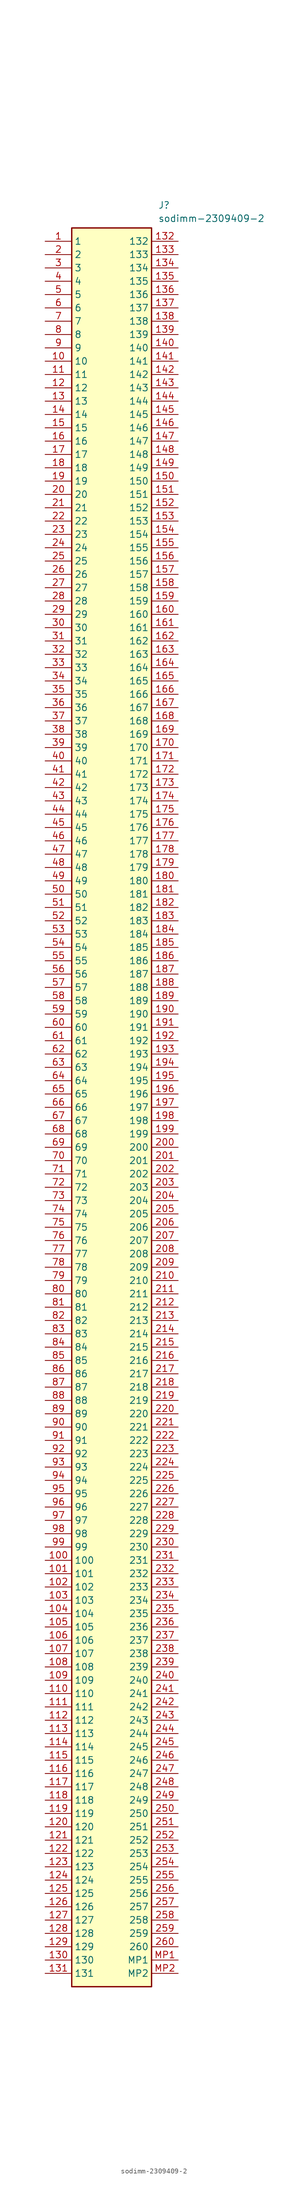
<source format=kicad_sym>
(kicad_symbol_lib
  (version 20231120)
  (generator "kicad_symbol_editor")
  (generator_version "8.0")
  (symbol "sodimm-2309409-2"
    (property "Reference" "J"
      (at 21.59 337.82 0)
      (effects (font (size 1.27 1.27)) (justify left top)))
    (property "Value" "sodimm-2309409-2"
      (at 21.59 335.28 0)
      (effects (font (size 1.27 1.27)) (justify left top)))
    (symbol "sodimm-2309409-2_1_1"
      (rectangle (start 5.08 332.74) (end 20.32 -2.54) (stroke (width 0.254) (type default)) (fill (type background)))
      (pin passive line (at 0 330.2 0) (length 5.08) (name "1" (effects (font (size 1.27 1.27)))) (number "1" (effects (font (size 1.27 1.27)))))
      (pin passive line (at 0 307.34 0) (length 5.08) (name "10" (effects (font (size 1.27 1.27)))) (number "10" (effects (font (size 1.27 1.27)))))
      (pin passive line (at 0 78.74 0) (length 5.08) (name "100" (effects (font (size 1.27 1.27)))) (number "100" (effects (font (size 1.27 1.27)))))
      (pin passive line (at 0 76.2 0) (length 5.08) (name "101" (effects (font (size 1.27 1.27)))) (number "101" (effects (font (size 1.27 1.27)))))
      (pin passive line (at 0 73.66 0) (length 5.08) (name "102" (effects (font (size 1.27 1.27)))) (number "102" (effects (font (size 1.27 1.27)))))
      (pin passive line (at 0 71.12 0) (length 5.08) (name "103" (effects (font (size 1.27 1.27)))) (number "103" (effects (font (size 1.27 1.27)))))
      (pin passive line (at 0 68.58 0) (length 5.08) (name "104" (effects (font (size 1.27 1.27)))) (number "104" (effects (font (size 1.27 1.27)))))
      (pin passive line (at 0 66.04 0) (length 5.08) (name "105" (effects (font (size 1.27 1.27)))) (number "105" (effects (font (size 1.27 1.27)))))
      (pin passive line (at 0 63.5 0) (length 5.08) (name "106" (effects (font (size 1.27 1.27)))) (number "106" (effects (font (size 1.27 1.27)))))
      (pin passive line (at 0 60.96 0) (length 5.08) (name "107" (effects (font (size 1.27 1.27)))) (number "107" (effects (font (size 1.27 1.27)))))
      (pin passive line (at 0 58.42 0) (length 5.08) (name "108" (effects (font (size 1.27 1.27)))) (number "108" (effects (font (size 1.27 1.27)))))
      (pin passive line (at 0 55.88 0) (length 5.08) (name "109" (effects (font (size 1.27 1.27)))) (number "109" (effects (font (size 1.27 1.27)))))
      (pin passive line (at 0 304.8 0) (length 5.08) (name "11" (effects (font (size 1.27 1.27)))) (number "11" (effects (font (size 1.27 1.27)))))
      (pin passive line (at 0 53.34 0) (length 5.08) (name "110" (effects (font (size 1.27 1.27)))) (number "110" (effects (font (size 1.27 1.27)))))
      (pin passive line (at 0 50.8 0) (length 5.08) (name "111" (effects (font (size 1.27 1.27)))) (number "111" (effects (font (size 1.27 1.27)))))
      (pin passive line (at 0 48.26 0) (length 5.08) (name "112" (effects (font (size 1.27 1.27)))) (number "112" (effects (font (size 1.27 1.27)))))
      (pin passive line (at 0 45.72 0) (length 5.08) (name "113" (effects (font (size 1.27 1.27)))) (number "113" (effects (font (size 1.27 1.27)))))
      (pin passive line (at 0 43.18 0) (length 5.08) (name "114" (effects (font (size 1.27 1.27)))) (number "114" (effects (font (size 1.27 1.27)))))
      (pin passive line (at 0 40.64 0) (length 5.08) (name "115" (effects (font (size 1.27 1.27)))) (number "115" (effects (font (size 1.27 1.27)))))
      (pin passive line (at 0 38.1 0) (length 5.08) (name "116" (effects (font (size 1.27 1.27)))) (number "116" (effects (font (size 1.27 1.27)))))
      (pin passive line (at 0 35.56 0) (length 5.08) (name "117" (effects (font (size 1.27 1.27)))) (number "117" (effects (font (size 1.27 1.27)))))
      (pin passive line (at 0 33.02 0) (length 5.08) (name "118" (effects (font (size 1.27 1.27)))) (number "118" (effects (font (size 1.27 1.27)))))
      (pin passive line (at 0 30.48 0) (length 5.08) (name "119" (effects (font (size 1.27 1.27)))) (number "119" (effects (font (size 1.27 1.27)))))
      (pin passive line (at 0 302.26 0) (length 5.08) (name "12" (effects (font (size 1.27 1.27)))) (number "12" (effects (font (size 1.27 1.27)))))
      (pin passive line (at 0 27.94 0) (length 5.08) (name "120" (effects (font (size 1.27 1.27)))) (number "120" (effects (font (size 1.27 1.27)))))
      (pin passive line (at 0 25.4 0) (length 5.08) (name "121" (effects (font (size 1.27 1.27)))) (number "121" (effects (font (size 1.27 1.27)))))
      (pin passive line (at 0 22.86 0) (length 5.08) (name "122" (effects (font (size 1.27 1.27)))) (number "122" (effects (font (size 1.27 1.27)))))
      (pin passive line (at 0 20.32 0) (length 5.08) (name "123" (effects (font (size 1.27 1.27)))) (number "123" (effects (font (size 1.27 1.27)))))
      (pin passive line (at 0 17.78 0) (length 5.08) (name "124" (effects (font (size 1.27 1.27)))) (number "124" (effects (font (size 1.27 1.27)))))
      (pin passive line (at 0 15.24 0) (length 5.08) (name "125" (effects (font (size 1.27 1.27)))) (number "125" (effects (font (size 1.27 1.27)))))
      (pin passive line (at 0 12.7 0) (length 5.08) (name "126" (effects (font (size 1.27 1.27)))) (number "126" (effects (font (size 1.27 1.27)))))
      (pin passive line (at 0 10.16 0) (length 5.08) (name "127" (effects (font (size 1.27 1.27)))) (number "127" (effects (font (size 1.27 1.27)))))
      (pin passive line (at 0 7.62 0) (length 5.08) (name "128" (effects (font (size 1.27 1.27)))) (number "128" (effects (font (size 1.27 1.27)))))
      (pin passive line (at 0 5.08 0) (length 5.08) (name "129" (effects (font (size 1.27 1.27)))) (number "129" (effects (font (size 1.27 1.27)))))
      (pin passive line (at 0 299.72 0) (length 5.08) (name "13" (effects (font (size 1.27 1.27)))) (number "13" (effects (font (size 1.27 1.27)))))
      (pin passive line (at 0 2.54 0) (length 5.08) (name "130" (effects (font (size 1.27 1.27)))) (number "130" (effects (font (size 1.27 1.27)))))
      (pin passive line (at 0 0 0) (length 5.08) (name "131" (effects (font (size 1.27 1.27)))) (number "131" (effects (font (size 1.27 1.27)))))
      (pin passive line (at 25.4 330.2 180) (length 5.08) (name "132" (effects (font (size 1.27 1.27)))) (number "132" (effects (font (size 1.27 1.27)))))
      (pin passive line (at 25.4 327.66 180) (length 5.08) (name "133" (effects (font (size 1.27 1.27)))) (number "133" (effects (font (size 1.27 1.27)))))
      (pin passive line (at 25.4 325.12 180) (length 5.08) (name "134" (effects (font (size 1.27 1.27)))) (number "134" (effects (font (size 1.27 1.27)))))
      (pin passive line (at 25.4 322.58 180) (length 5.08) (name "135" (effects (font (size 1.27 1.27)))) (number "135" (effects (font (size 1.27 1.27)))))
      (pin passive line (at 25.4 320.04 180) (length 5.08) (name "136" (effects (font (size 1.27 1.27)))) (number "136" (effects (font (size 1.27 1.27)))))
      (pin passive line (at 25.4 317.5 180) (length 5.08) (name "137" (effects (font (size 1.27 1.27)))) (number "137" (effects (font (size 1.27 1.27)))))
      (pin passive line (at 25.4 314.96 180) (length 5.08) (name "138" (effects (font (size 1.27 1.27)))) (number "138" (effects (font (size 1.27 1.27)))))
      (pin passive line (at 25.4 312.42 180) (length 5.08) (name "139" (effects (font (size 1.27 1.27)))) (number "139" (effects (font (size 1.27 1.27)))))
      (pin passive line (at 0 297.18 0) (length 5.08) (name "14" (effects (font (size 1.27 1.27)))) (number "14" (effects (font (size 1.27 1.27)))))
      (pin passive line (at 25.4 309.88 180) (length 5.08) (name "140" (effects (font (size 1.27 1.27)))) (number "140" (effects (font (size 1.27 1.27)))))
      (pin passive line (at 25.4 307.34 180) (length 5.08) (name "141" (effects (font (size 1.27 1.27)))) (number "141" (effects (font (size 1.27 1.27)))))
      (pin passive line (at 25.4 304.8 180) (length 5.08) (name "142" (effects (font (size 1.27 1.27)))) (number "142" (effects (font (size 1.27 1.27)))))
      (pin passive line (at 25.4 302.26 180) (length 5.08) (name "143" (effects (font (size 1.27 1.27)))) (number "143" (effects (font (size 1.27 1.27)))))
      (pin passive line (at 25.4 299.72 180) (length 5.08) (name "144" (effects (font (size 1.27 1.27)))) (number "144" (effects (font (size 1.27 1.27)))))
      (pin passive line (at 25.4 297.18 180) (length 5.08) (name "145" (effects (font (size 1.27 1.27)))) (number "145" (effects (font (size 1.27 1.27)))))
      (pin passive line (at 25.4 294.64 180) (length 5.08) (name "146" (effects (font (size 1.27 1.27)))) (number "146" (effects (font (size 1.27 1.27)))))
      (pin passive line (at 25.4 292.1 180) (length 5.08) (name "147" (effects (font (size 1.27 1.27)))) (number "147" (effects (font (size 1.27 1.27)))))
      (pin passive line (at 25.4 289.56 180) (length 5.08) (name "148" (effects (font (size 1.27 1.27)))) (number "148" (effects (font (size 1.27 1.27)))))
      (pin passive line (at 25.4 287.02 180) (length 5.08) (name "149" (effects (font (size 1.27 1.27)))) (number "149" (effects (font (size 1.27 1.27)))))
      (pin passive line (at 0 294.64 0) (length 5.08) (name "15" (effects (font (size 1.27 1.27)))) (number "15" (effects (font (size 1.27 1.27)))))
      (pin passive line (at 25.4 284.48 180) (length 5.08) (name "150" (effects (font (size 1.27 1.27)))) (number "150" (effects (font (size 1.27 1.27)))))
      (pin passive line (at 25.4 281.94 180) (length 5.08) (name "151" (effects (font (size 1.27 1.27)))) (number "151" (effects (font (size 1.27 1.27)))))
      (pin passive line (at 25.4 279.4 180) (length 5.08) (name "152" (effects (font (size 1.27 1.27)))) (number "152" (effects (font (size 1.27 1.27)))))
      (pin passive line (at 25.4 276.86 180) (length 5.08) (name "153" (effects (font (size 1.27 1.27)))) (number "153" (effects (font (size 1.27 1.27)))))
      (pin passive line (at 25.4 274.32 180) (length 5.08) (name "154" (effects (font (size 1.27 1.27)))) (number "154" (effects (font (size 1.27 1.27)))))
      (pin passive line (at 25.4 271.78 180) (length 5.08) (name "155" (effects (font (size 1.27 1.27)))) (number "155" (effects (font (size 1.27 1.27)))))
      (pin passive line (at 25.4 269.24 180) (length 5.08) (name "156" (effects (font (size 1.27 1.27)))) (number "156" (effects (font (size 1.27 1.27)))))
      (pin passive line (at 25.4 266.7 180) (length 5.08) (name "157" (effects (font (size 1.27 1.27)))) (number "157" (effects (font (size 1.27 1.27)))))
      (pin passive line (at 25.4 264.16 180) (length 5.08) (name "158" (effects (font (size 1.27 1.27)))) (number "158" (effects (font (size 1.27 1.27)))))
      (pin passive line (at 25.4 261.62 180) (length 5.08) (name "159" (effects (font (size 1.27 1.27)))) (number "159" (effects (font (size 1.27 1.27)))))
      (pin passive line (at 0 292.1 0) (length 5.08) (name "16" (effects (font (size 1.27 1.27)))) (number "16" (effects (font (size 1.27 1.27)))))
      (pin passive line (at 25.4 259.08 180) (length 5.08) (name "160" (effects (font (size 1.27 1.27)))) (number "160" (effects (font (size 1.27 1.27)))))
      (pin passive line (at 25.4 256.54 180) (length 5.08) (name "161" (effects (font (size 1.27 1.27)))) (number "161" (effects (font (size 1.27 1.27)))))
      (pin passive line (at 25.4 254 180) (length 5.08) (name "162" (effects (font (size 1.27 1.27)))) (number "162" (effects (font (size 1.27 1.27)))))
      (pin passive line (at 25.4 251.46 180) (length 5.08) (name "163" (effects (font (size 1.27 1.27)))) (number "163" (effects (font (size 1.27 1.27)))))
      (pin passive line (at 25.4 248.92 180) (length 5.08) (name "164" (effects (font (size 1.27 1.27)))) (number "164" (effects (font (size 1.27 1.27)))))
      (pin passive line (at 25.4 246.38 180) (length 5.08) (name "165" (effects (font (size 1.27 1.27)))) (number "165" (effects (font (size 1.27 1.27)))))
      (pin passive line (at 25.4 243.84 180) (length 5.08) (name "166" (effects (font (size 1.27 1.27)))) (number "166" (effects (font (size 1.27 1.27)))))
      (pin passive line (at 25.4 241.3 180) (length 5.08) (name "167" (effects (font (size 1.27 1.27)))) (number "167" (effects (font (size 1.27 1.27)))))
      (pin passive line (at 25.4 238.76 180) (length 5.08) (name "168" (effects (font (size 1.27 1.27)))) (number "168" (effects (font (size 1.27 1.27)))))
      (pin passive line (at 25.4 236.22 180) (length 5.08) (name "169" (effects (font (size 1.27 1.27)))) (number "169" (effects (font (size 1.27 1.27)))))
      (pin passive line (at 0 289.56 0) (length 5.08) (name "17" (effects (font (size 1.27 1.27)))) (number "17" (effects (font (size 1.27 1.27)))))
      (pin passive line (at 25.4 233.68 180) (length 5.08) (name "170" (effects (font (size 1.27 1.27)))) (number "170" (effects (font (size 1.27 1.27)))))
      (pin passive line (at 25.4 231.14 180) (length 5.08) (name "171" (effects (font (size 1.27 1.27)))) (number "171" (effects (font (size 1.27 1.27)))))
      (pin passive line (at 25.4 228.6 180) (length 5.08) (name "172" (effects (font (size 1.27 1.27)))) (number "172" (effects (font (size 1.27 1.27)))))
      (pin passive line (at 25.4 226.06 180) (length 5.08) (name "173" (effects (font (size 1.27 1.27)))) (number "173" (effects (font (size 1.27 1.27)))))
      (pin passive line (at 25.4 223.52 180) (length 5.08) (name "174" (effects (font (size 1.27 1.27)))) (number "174" (effects (font (size 1.27 1.27)))))
      (pin passive line (at 25.4 220.98 180) (length 5.08) (name "175" (effects (font (size 1.27 1.27)))) (number "175" (effects (font (size 1.27 1.27)))))
      (pin passive line (at 25.4 218.44 180) (length 5.08) (name "176" (effects (font (size 1.27 1.27)))) (number "176" (effects (font (size 1.27 1.27)))))
      (pin passive line (at 25.4 215.9 180) (length 5.08) (name "177" (effects (font (size 1.27 1.27)))) (number "177" (effects (font (size 1.27 1.27)))))
      (pin passive line (at 25.4 213.36 180) (length 5.08) (name "178" (effects (font (size 1.27 1.27)))) (number "178" (effects (font (size 1.27 1.27)))))
      (pin passive line (at 25.4 210.82 180) (length 5.08) (name "179" (effects (font (size 1.27 1.27)))) (number "179" (effects (font (size 1.27 1.27)))))
      (pin passive line (at 0 287.02 0) (length 5.08) (name "18" (effects (font (size 1.27 1.27)))) (number "18" (effects (font (size 1.27 1.27)))))
      (pin passive line (at 25.4 208.28 180) (length 5.08) (name "180" (effects (font (size 1.27 1.27)))) (number "180" (effects (font (size 1.27 1.27)))))
      (pin passive line (at 25.4 205.74 180) (length 5.08) (name "181" (effects (font (size 1.27 1.27)))) (number "181" (effects (font (size 1.27 1.27)))))
      (pin passive line (at 25.4 203.2 180) (length 5.08) (name "182" (effects (font (size 1.27 1.27)))) (number "182" (effects (font (size 1.27 1.27)))))
      (pin passive line (at 25.4 200.66 180) (length 5.08) (name "183" (effects (font (size 1.27 1.27)))) (number "183" (effects (font (size 1.27 1.27)))))
      (pin passive line (at 25.4 198.12 180) (length 5.08) (name "184" (effects (font (size 1.27 1.27)))) (number "184" (effects (font (size 1.27 1.27)))))
      (pin passive line (at 25.4 195.58 180) (length 5.08) (name "185" (effects (font (size 1.27 1.27)))) (number "185" (effects (font (size 1.27 1.27)))))
      (pin passive line (at 25.4 193.04 180) (length 5.08) (name "186" (effects (font (size 1.27 1.27)))) (number "186" (effects (font (size 1.27 1.27)))))
      (pin passive line (at 25.4 190.5 180) (length 5.08) (name "187" (effects (font (size 1.27 1.27)))) (number "187" (effects (font (size 1.27 1.27)))))
      (pin passive line (at 25.4 187.96 180) (length 5.08) (name "188" (effects (font (size 1.27 1.27)))) (number "188" (effects (font (size 1.27 1.27)))))
      (pin passive line (at 25.4 185.42 180) (length 5.08) (name "189" (effects (font (size 1.27 1.27)))) (number "189" (effects (font (size 1.27 1.27)))))
      (pin passive line (at 0 284.48 0) (length 5.08) (name "19" (effects (font (size 1.27 1.27)))) (number "19" (effects (font (size 1.27 1.27)))))
      (pin passive line (at 25.4 182.88 180) (length 5.08) (name "190" (effects (font (size 1.27 1.27)))) (number "190" (effects (font (size 1.27 1.27)))))
      (pin passive line (at 25.4 180.34 180) (length 5.08) (name "191" (effects (font (size 1.27 1.27)))) (number "191" (effects (font (size 1.27 1.27)))))
      (pin passive line (at 25.4 177.8 180) (length 5.08) (name "192" (effects (font (size 1.27 1.27)))) (number "192" (effects (font (size 1.27 1.27)))))
      (pin passive line (at 25.4 175.26 180) (length 5.08) (name "193" (effects (font (size 1.27 1.27)))) (number "193" (effects (font (size 1.27 1.27)))))
      (pin passive line (at 25.4 172.72 180) (length 5.08) (name "194" (effects (font (size 1.27 1.27)))) (number "194" (effects (font (size 1.27 1.27)))))
      (pin passive line (at 25.4 170.18 180) (length 5.08) (name "195" (effects (font (size 1.27 1.27)))) (number "195" (effects (font (size 1.27 1.27)))))
      (pin passive line (at 25.4 167.64 180) (length 5.08) (name "196" (effects (font (size 1.27 1.27)))) (number "196" (effects (font (size 1.27 1.27)))))
      (pin passive line (at 25.4 165.1 180) (length 5.08) (name "197" (effects (font (size 1.27 1.27)))) (number "197" (effects (font (size 1.27 1.27)))))
      (pin passive line (at 25.4 162.56 180) (length 5.08) (name "198" (effects (font (size 1.27 1.27)))) (number "198" (effects (font (size 1.27 1.27)))))
      (pin passive line (at 25.4 160.02 180) (length 5.08) (name "199" (effects (font (size 1.27 1.27)))) (number "199" (effects (font (size 1.27 1.27)))))
      (pin passive line (at 0 327.66 0) (length 5.08) (name "2" (effects (font (size 1.27 1.27)))) (number "2" (effects (font (size 1.27 1.27)))))
      (pin passive line (at 0 281.94 0) (length 5.08) (name "20" (effects (font (size 1.27 1.27)))) (number "20" (effects (font (size 1.27 1.27)))))
      (pin passive line (at 25.4 157.48 180) (length 5.08) (name "200" (effects (font (size 1.27 1.27)))) (number "200" (effects (font (size 1.27 1.27)))))
      (pin passive line (at 25.4 154.94 180) (length 5.08) (name "201" (effects (font (size 1.27 1.27)))) (number "201" (effects (font (size 1.27 1.27)))))
      (pin passive line (at 25.4 152.4 180) (length 5.08) (name "202" (effects (font (size 1.27 1.27)))) (number "202" (effects (font (size 1.27 1.27)))))
      (pin passive line (at 25.4 149.86 180) (length 5.08) (name "203" (effects (font (size 1.27 1.27)))) (number "203" (effects (font (size 1.27 1.27)))))
      (pin passive line (at 25.4 147.32 180) (length 5.08) (name "204" (effects (font (size 1.27 1.27)))) (number "204" (effects (font (size 1.27 1.27)))))
      (pin passive line (at 25.4 144.78 180) (length 5.08) (name "205" (effects (font (size 1.27 1.27)))) (number "205" (effects (font (size 1.27 1.27)))))
      (pin passive line (at 25.4 142.24 180) (length 5.08) (name "206" (effects (font (size 1.27 1.27)))) (number "206" (effects (font (size 1.27 1.27)))))
      (pin passive line (at 25.4 139.7 180) (length 5.08) (name "207" (effects (font (size 1.27 1.27)))) (number "207" (effects (font (size 1.27 1.27)))))
      (pin passive line (at 25.4 137.16 180) (length 5.08) (name "208" (effects (font (size 1.27 1.27)))) (number "208" (effects (font (size 1.27 1.27)))))
      (pin passive line (at 25.4 134.62 180) (length 5.08) (name "209" (effects (font (size 1.27 1.27)))) (number "209" (effects (font (size 1.27 1.27)))))
      (pin passive line (at 0 279.4 0) (length 5.08) (name "21" (effects (font (size 1.27 1.27)))) (number "21" (effects (font (size 1.27 1.27)))))
      (pin passive line (at 25.4 132.08 180) (length 5.08) (name "210" (effects (font (size 1.27 1.27)))) (number "210" (effects (font (size 1.27 1.27)))))
      (pin passive line (at 25.4 129.54 180) (length 5.08) (name "211" (effects (font (size 1.27 1.27)))) (number "211" (effects (font (size 1.27 1.27)))))
      (pin passive line (at 25.4 127 180) (length 5.08) (name "212" (effects (font (size 1.27 1.27)))) (number "212" (effects (font (size 1.27 1.27)))))
      (pin passive line (at 25.4 124.46 180) (length 5.08) (name "213" (effects (font (size 1.27 1.27)))) (number "213" (effects (font (size 1.27 1.27)))))
      (pin passive line (at 25.4 121.92 180) (length 5.08) (name "214" (effects (font (size 1.27 1.27)))) (number "214" (effects (font (size 1.27 1.27)))))
      (pin passive line (at 25.4 119.38 180) (length 5.08) (name "215" (effects (font (size 1.27 1.27)))) (number "215" (effects (font (size 1.27 1.27)))))
      (pin passive line (at 25.4 116.84 180) (length 5.08) (name "216" (effects (font (size 1.27 1.27)))) (number "216" (effects (font (size 1.27 1.27)))))
      (pin passive line (at 25.4 114.3 180) (length 5.08) (name "217" (effects (font (size 1.27 1.27)))) (number "217" (effects (font (size 1.27 1.27)))))
      (pin passive line (at 25.4 111.76 180) (length 5.08) (name "218" (effects (font (size 1.27 1.27)))) (number "218" (effects (font (size 1.27 1.27)))))
      (pin passive line (at 25.4 109.22 180) (length 5.08) (name "219" (effects (font (size 1.27 1.27)))) (number "219" (effects (font (size 1.27 1.27)))))
      (pin passive line (at 0 276.86 0) (length 5.08) (name "22" (effects (font (size 1.27 1.27)))) (number "22" (effects (font (size 1.27 1.27)))))
      (pin passive line (at 25.4 106.68 180) (length 5.08) (name "220" (effects (font (size 1.27 1.27)))) (number "220" (effects (font (size 1.27 1.27)))))
      (pin passive line (at 25.4 104.14 180) (length 5.08) (name "221" (effects (font (size 1.27 1.27)))) (number "221" (effects (font (size 1.27 1.27)))))
      (pin passive line (at 25.4 101.6 180) (length 5.08) (name "222" (effects (font (size 1.27 1.27)))) (number "222" (effects (font (size 1.27 1.27)))))
      (pin passive line (at 25.4 99.06 180) (length 5.08) (name "223" (effects (font (size 1.27 1.27)))) (number "223" (effects (font (size 1.27 1.27)))))
      (pin passive line (at 25.4 96.52 180) (length 5.08) (name "224" (effects (font (size 1.27 1.27)))) (number "224" (effects (font (size 1.27 1.27)))))
      (pin passive line (at 25.4 93.98 180) (length 5.08) (name "225" (effects (font (size 1.27 1.27)))) (number "225" (effects (font (size 1.27 1.27)))))
      (pin passive line (at 25.4 91.44 180) (length 5.08) (name "226" (effects (font (size 1.27 1.27)))) (number "226" (effects (font (size 1.27 1.27)))))
      (pin passive line (at 25.4 88.9 180) (length 5.08) (name "227" (effects (font (size 1.27 1.27)))) (number "227" (effects (font (size 1.27 1.27)))))
      (pin passive line (at 25.4 86.36 180) (length 5.08) (name "228" (effects (font (size 1.27 1.27)))) (number "228" (effects (font (size 1.27 1.27)))))
      (pin passive line (at 25.4 83.82 180) (length 5.08) (name "229" (effects (font (size 1.27 1.27)))) (number "229" (effects (font (size 1.27 1.27)))))
      (pin passive line (at 0 274.32 0) (length 5.08) (name "23" (effects (font (size 1.27 1.27)))) (number "23" (effects (font (size 1.27 1.27)))))
      (pin passive line (at 25.4 81.28 180) (length 5.08) (name "230" (effects (font (size 1.27 1.27)))) (number "230" (effects (font (size 1.27 1.27)))))
      (pin passive line (at 25.4 78.74 180) (length 5.08) (name "231" (effects (font (size 1.27 1.27)))) (number "231" (effects (font (size 1.27 1.27)))))
      (pin passive line (at 25.4 76.2 180) (length 5.08) (name "232" (effects (font (size 1.27 1.27)))) (number "232" (effects (font (size 1.27 1.27)))))
      (pin passive line (at 25.4 73.66 180) (length 5.08) (name "233" (effects (font (size 1.27 1.27)))) (number "233" (effects (font (size 1.27 1.27)))))
      (pin passive line (at 25.4 71.12 180) (length 5.08) (name "234" (effects (font (size 1.27 1.27)))) (number "234" (effects (font (size 1.27 1.27)))))
      (pin passive line (at 25.4 68.58 180) (length 5.08) (name "235" (effects (font (size 1.27 1.27)))) (number "235" (effects (font (size 1.27 1.27)))))
      (pin passive line (at 25.4 66.04 180) (length 5.08) (name "236" (effects (font (size 1.27 1.27)))) (number "236" (effects (font (size 1.27 1.27)))))
      (pin passive line (at 25.4 63.5 180) (length 5.08) (name "237" (effects (font (size 1.27 1.27)))) (number "237" (effects (font (size 1.27 1.27)))))
      (pin passive line (at 25.4 60.96 180) (length 5.08) (name "238" (effects (font (size 1.27 1.27)))) (number "238" (effects (font (size 1.27 1.27)))))
      (pin passive line (at 25.4 58.42 180) (length 5.08) (name "239" (effects (font (size 1.27 1.27)))) (number "239" (effects (font (size 1.27 1.27)))))
      (pin passive line (at 0 271.78 0) (length 5.08) (name "24" (effects (font (size 1.27 1.27)))) (number "24" (effects (font (size 1.27 1.27)))))
      (pin passive line (at 25.4 55.88 180) (length 5.08) (name "240" (effects (font (size 1.27 1.27)))) (number "240" (effects (font (size 1.27 1.27)))))
      (pin passive line (at 25.4 53.34 180) (length 5.08) (name "241" (effects (font (size 1.27 1.27)))) (number "241" (effects (font (size 1.27 1.27)))))
      (pin passive line (at 25.4 50.8 180) (length 5.08) (name "242" (effects (font (size 1.27 1.27)))) (number "242" (effects (font (size 1.27 1.27)))))
      (pin passive line (at 25.4 48.26 180) (length 5.08) (name "243" (effects (font (size 1.27 1.27)))) (number "243" (effects (font (size 1.27 1.27)))))
      (pin passive line (at 25.4 45.72 180) (length 5.08) (name "244" (effects (font (size 1.27 1.27)))) (number "244" (effects (font (size 1.27 1.27)))))
      (pin passive line (at 25.4 43.18 180) (length 5.08) (name "245" (effects (font (size 1.27 1.27)))) (number "245" (effects (font (size 1.27 1.27)))))
      (pin passive line (at 25.4 40.64 180) (length 5.08) (name "246" (effects (font (size 1.27 1.27)))) (number "246" (effects (font (size 1.27 1.27)))))
      (pin passive line (at 25.4 38.1 180) (length 5.08) (name "247" (effects (font (size 1.27 1.27)))) (number "247" (effects (font (size 1.27 1.27)))))
      (pin passive line (at 25.4 35.56 180) (length 5.08) (name "248" (effects (font (size 1.27 1.27)))) (number "248" (effects (font (size 1.27 1.27)))))
      (pin passive line (at 25.4 33.02 180) (length 5.08) (name "249" (effects (font (size 1.27 1.27)))) (number "249" (effects (font (size 1.27 1.27)))))
      (pin passive line (at 0 269.24 0) (length 5.08) (name "25" (effects (font (size 1.27 1.27)))) (number "25" (effects (font (size 1.27 1.27)))))
      (pin passive line (at 25.4 30.48 180) (length 5.08) (name "250" (effects (font (size 1.27 1.27)))) (number "250" (effects (font (size 1.27 1.27)))))
      (pin passive line (at 25.4 27.94 180) (length 5.08) (name "251" (effects (font (size 1.27 1.27)))) (number "251" (effects (font (size 1.27 1.27)))))
      (pin passive line (at 25.4 25.4 180) (length 5.08) (name "252" (effects (font (size 1.27 1.27)))) (number "252" (effects (font (size 1.27 1.27)))))
      (pin passive line (at 25.4 22.86 180) (length 5.08) (name "253" (effects (font (size 1.27 1.27)))) (number "253" (effects (font (size 1.27 1.27)))))
      (pin passive line (at 25.4 20.32 180) (length 5.08) (name "254" (effects (font (size 1.27 1.27)))) (number "254" (effects (font (size 1.27 1.27)))))
      (pin passive line (at 25.4 17.78 180) (length 5.08) (name "255" (effects (font (size 1.27 1.27)))) (number "255" (effects (font (size 1.27 1.27)))))
      (pin passive line (at 25.4 15.24 180) (length 5.08) (name "256" (effects (font (size 1.27 1.27)))) (number "256" (effects (font (size 1.27 1.27)))))
      (pin passive line (at 25.4 12.7 180) (length 5.08) (name "257" (effects (font (size 1.27 1.27)))) (number "257" (effects (font (size 1.27 1.27)))))
      (pin passive line (at 25.4 10.16 180) (length 5.08) (name "258" (effects (font (size 1.27 1.27)))) (number "258" (effects (font (size 1.27 1.27)))))
      (pin passive line (at 25.4 7.62 180) (length 5.08) (name "259" (effects (font (size 1.27 1.27)))) (number "259" (effects (font (size 1.27 1.27)))))
      (pin passive line (at 0 266.7 0) (length 5.08) (name "26" (effects (font (size 1.27 1.27)))) (number "26" (effects (font (size 1.27 1.27)))))
      (pin passive line (at 25.4 5.08 180) (length 5.08) (name "260" (effects (font (size 1.27 1.27)))) (number "260" (effects (font (size 1.27 1.27)))))
      (pin passive line (at 0 264.16 0) (length 5.08) (name "27" (effects (font (size 1.27 1.27)))) (number "27" (effects (font (size 1.27 1.27)))))
      (pin passive line (at 0 261.62 0) (length 5.08) (name "28" (effects (font (size 1.27 1.27)))) (number "28" (effects (font (size 1.27 1.27)))))
      (pin passive line (at 0 259.08 0) (length 5.08) (name "29" (effects (font (size 1.27 1.27)))) (number "29" (effects (font (size 1.27 1.27)))))
      (pin passive line (at 0 325.12 0) (length 5.08) (name "3" (effects (font (size 1.27 1.27)))) (number "3" (effects (font (size 1.27 1.27)))))
      (pin passive line (at 0 256.54 0) (length 5.08) (name "30" (effects (font (size 1.27 1.27)))) (number "30" (effects (font (size 1.27 1.27)))))
      (pin passive line (at 0 254 0) (length 5.08) (name "31" (effects (font (size 1.27 1.27)))) (number "31" (effects (font (size 1.27 1.27)))))
      (pin passive line (at 0 251.46 0) (length 5.08) (name "32" (effects (font (size 1.27 1.27)))) (number "32" (effects (font (size 1.27 1.27)))))
      (pin passive line (at 0 248.92 0) (length 5.08) (name "33" (effects (font (size 1.27 1.27)))) (number "33" (effects (font (size 1.27 1.27)))))
      (pin passive line (at 0 246.38 0) (length 5.08) (name "34" (effects (font (size 1.27 1.27)))) (number "34" (effects (font (size 1.27 1.27)))))
      (pin passive line (at 0 243.84 0) (length 5.08) (name "35" (effects (font (size 1.27 1.27)))) (number "35" (effects (font (size 1.27 1.27)))))
      (pin passive line (at 0 241.3 0) (length 5.08) (name "36" (effects (font (size 1.27 1.27)))) (number "36" (effects (font (size 1.27 1.27)))))
      (pin passive line (at 0 238.76 0) (length 5.08) (name "37" (effects (font (size 1.27 1.27)))) (number "37" (effects (font (size 1.27 1.27)))))
      (pin passive line (at 0 236.22 0) (length 5.08) (name "38" (effects (font (size 1.27 1.27)))) (number "38" (effects (font (size 1.27 1.27)))))
      (pin passive line (at 0 233.68 0) (length 5.08) (name "39" (effects (font (size 1.27 1.27)))) (number "39" (effects (font (size 1.27 1.27)))))
      (pin passive line (at 0 322.58 0) (length 5.08) (name "4" (effects (font (size 1.27 1.27)))) (number "4" (effects (font (size 1.27 1.27)))))
      (pin passive line (at 0 231.14 0) (length 5.08) (name "40" (effects (font (size 1.27 1.27)))) (number "40" (effects (font (size 1.27 1.27)))))
      (pin passive line (at 0 228.6 0) (length 5.08) (name "41" (effects (font (size 1.27 1.27)))) (number "41" (effects (font (size 1.27 1.27)))))
      (pin passive line (at 0 226.06 0) (length 5.08) (name "42" (effects (font (size 1.27 1.27)))) (number "42" (effects (font (size 1.27 1.27)))))
      (pin passive line (at 0 223.52 0) (length 5.08) (name "43" (effects (font (size 1.27 1.27)))) (number "43" (effects (font (size 1.27 1.27)))))
      (pin passive line (at 0 220.98 0) (length 5.08) (name "44" (effects (font (size 1.27 1.27)))) (number "44" (effects (font (size 1.27 1.27)))))
      (pin passive line (at 0 218.44 0) (length 5.08) (name "45" (effects (font (size 1.27 1.27)))) (number "45" (effects (font (size 1.27 1.27)))))
      (pin passive line (at 0 215.9 0) (length 5.08) (name "46" (effects (font (size 1.27 1.27)))) (number "46" (effects (font (size 1.27 1.27)))))
      (pin passive line (at 0 213.36 0) (length 5.08) (name "47" (effects (font (size 1.27 1.27)))) (number "47" (effects (font (size 1.27 1.27)))))
      (pin passive line (at 0 210.82 0) (length 5.08) (name "48" (effects (font (size 1.27 1.27)))) (number "48" (effects (font (size 1.27 1.27)))))
      (pin passive line (at 0 208.28 0) (length 5.08) (name "49" (effects (font (size 1.27 1.27)))) (number "49" (effects (font (size 1.27 1.27)))))
      (pin passive line (at 0 320.04 0) (length 5.08) (name "5" (effects (font (size 1.27 1.27)))) (number "5" (effects (font (size 1.27 1.27)))))
      (pin passive line (at 0 205.74 0) (length 5.08) (name "50" (effects (font (size 1.27 1.27)))) (number "50" (effects (font (size 1.27 1.27)))))
      (pin passive line (at 0 203.2 0) (length 5.08) (name "51" (effects (font (size 1.27 1.27)))) (number "51" (effects (font (size 1.27 1.27)))))
      (pin passive line (at 0 200.66 0) (length 5.08) (name "52" (effects (font (size 1.27 1.27)))) (number "52" (effects (font (size 1.27 1.27)))))
      (pin passive line (at 0 198.12 0) (length 5.08) (name "53" (effects (font (size 1.27 1.27)))) (number "53" (effects (font (size 1.27 1.27)))))
      (pin passive line (at 0 195.58 0) (length 5.08) (name "54" (effects (font (size 1.27 1.27)))) (number "54" (effects (font (size 1.27 1.27)))))
      (pin passive line (at 0 193.04 0) (length 5.08) (name "55" (effects (font (size 1.27 1.27)))) (number "55" (effects (font (size 1.27 1.27)))))
      (pin passive line (at 0 190.5 0) (length 5.08) (name "56" (effects (font (size 1.27 1.27)))) (number "56" (effects (font (size 1.27 1.27)))))
      (pin passive line (at 0 187.96 0) (length 5.08) (name "57" (effects (font (size 1.27 1.27)))) (number "57" (effects (font (size 1.27 1.27)))))
      (pin passive line (at 0 185.42 0) (length 5.08) (name "58" (effects (font (size 1.27 1.27)))) (number "58" (effects (font (size 1.27 1.27)))))
      (pin passive line (at 0 182.88 0) (length 5.08) (name "59" (effects (font (size 1.27 1.27)))) (number "59" (effects (font (size 1.27 1.27)))))
      (pin passive line (at 0 317.5 0) (length 5.08) (name "6" (effects (font (size 1.27 1.27)))) (number "6" (effects (font (size 1.27 1.27)))))
      (pin passive line (at 0 180.34 0) (length 5.08) (name "60" (effects (font (size 1.27 1.27)))) (number "60" (effects (font (size 1.27 1.27)))))
      (pin passive line (at 0 177.8 0) (length 5.08) (name "61" (effects (font (size 1.27 1.27)))) (number "61" (effects (font (size 1.27 1.27)))))
      (pin passive line (at 0 175.26 0) (length 5.08) (name "62" (effects (font (size 1.27 1.27)))) (number "62" (effects (font (size 1.27 1.27)))))
      (pin passive line (at 0 172.72 0) (length 5.08) (name "63" (effects (font (size 1.27 1.27)))) (number "63" (effects (font (size 1.27 1.27)))))
      (pin passive line (at 0 170.18 0) (length 5.08) (name "64" (effects (font (size 1.27 1.27)))) (number "64" (effects (font (size 1.27 1.27)))))
      (pin passive line (at 0 167.64 0) (length 5.08) (name "65" (effects (font (size 1.27 1.27)))) (number "65" (effects (font (size 1.27 1.27)))))
      (pin passive line (at 0 165.1 0) (length 5.08) (name "66" (effects (font (size 1.27 1.27)))) (number "66" (effects (font (size 1.27 1.27)))))
      (pin passive line (at 0 162.56 0) (length 5.08) (name "67" (effects (font (size 1.27 1.27)))) (number "67" (effects (font (size 1.27 1.27)))))
      (pin passive line (at 0 160.02 0) (length 5.08) (name "68" (effects (font (size 1.27 1.27)))) (number "68" (effects (font (size 1.27 1.27)))))
      (pin passive line (at 0 157.48 0) (length 5.08) (name "69" (effects (font (size 1.27 1.27)))) (number "69" (effects (font (size 1.27 1.27)))))
      (pin passive line (at 0 314.96 0) (length 5.08) (name "7" (effects (font (size 1.27 1.27)))) (number "7" (effects (font (size 1.27 1.27)))))
      (pin passive line (at 0 154.94 0) (length 5.08) (name "70" (effects (font (size 1.27 1.27)))) (number "70" (effects (font (size 1.27 1.27)))))
      (pin passive line (at 0 152.4 0) (length 5.08) (name "71" (effects (font (size 1.27 1.27)))) (number "71" (effects (font (size 1.27 1.27)))))
      (pin passive line (at 0 149.86 0) (length 5.08) (name "72" (effects (font (size 1.27 1.27)))) (number "72" (effects (font (size 1.27 1.27)))))
      (pin passive line (at 0 147.32 0) (length 5.08) (name "73" (effects (font (size 1.27 1.27)))) (number "73" (effects (font (size 1.27 1.27)))))
      (pin passive line (at 0 144.78 0) (length 5.08) (name "74" (effects (font (size 1.27 1.27)))) (number "74" (effects (font (size 1.27 1.27)))))
      (pin passive line (at 0 142.24 0) (length 5.08) (name "75" (effects (font (size 1.27 1.27)))) (number "75" (effects (font (size 1.27 1.27)))))
      (pin passive line (at 0 139.7 0) (length 5.08) (name "76" (effects (font (size 1.27 1.27)))) (number "76" (effects (font (size 1.27 1.27)))))
      (pin passive line (at 0 137.16 0) (length 5.08) (name "77" (effects (font (size 1.27 1.27)))) (number "77" (effects (font (size 1.27 1.27)))))
      (pin passive line (at 0 134.62 0) (length 5.08) (name "78" (effects (font (size 1.27 1.27)))) (number "78" (effects (font (size 1.27 1.27)))))
      (pin passive line (at 0 132.08 0) (length 5.08) (name "79" (effects (font (size 1.27 1.27)))) (number "79" (effects (font (size 1.27 1.27)))))
      (pin passive line (at 0 312.42 0) (length 5.08) (name "8" (effects (font (size 1.27 1.27)))) (number "8" (effects (font (size 1.27 1.27)))))
      (pin passive line (at 0 129.54 0) (length 5.08) (name "80" (effects (font (size 1.27 1.27)))) (number "80" (effects (font (size 1.27 1.27)))))
      (pin passive line (at 0 127 0) (length 5.08) (name "81" (effects (font (size 1.27 1.27)))) (number "81" (effects (font (size 1.27 1.27)))))
      (pin passive line (at 0 124.46 0) (length 5.08) (name "82" (effects (font (size 1.27 1.27)))) (number "82" (effects (font (size 1.27 1.27)))))
      (pin passive line (at 0 121.92 0) (length 5.08) (name "83" (effects (font (size 1.27 1.27)))) (number "83" (effects (font (size 1.27 1.27)))))
      (pin passive line (at 0 119.38 0) (length 5.08) (name "84" (effects (font (size 1.27 1.27)))) (number "84" (effects (font (size 1.27 1.27)))))
      (pin passive line (at 0 116.84 0) (length 5.08) (name "85" (effects (font (size 1.27 1.27)))) (number "85" (effects (font (size 1.27 1.27)))))
      (pin passive line (at 0 114.3 0) (length 5.08) (name "86" (effects (font (size 1.27 1.27)))) (number "86" (effects (font (size 1.27 1.27)))))
      (pin passive line (at 0 111.76 0) (length 5.08) (name "87" (effects (font (size 1.27 1.27)))) (number "87" (effects (font (size 1.27 1.27)))))
      (pin passive line (at 0 109.22 0) (length 5.08) (name "88" (effects (font (size 1.27 1.27)))) (number "88" (effects (font (size 1.27 1.27)))))
      (pin passive line (at 0 106.68 0) (length 5.08) (name "89" (effects (font (size 1.27 1.27)))) (number "89" (effects (font (size 1.27 1.27)))))
      (pin passive line (at 0 309.88 0) (length 5.08) (name "9" (effects (font (size 1.27 1.27)))) (number "9" (effects (font (size 1.27 1.27)))))
      (pin passive line (at 0 104.14 0) (length 5.08) (name "90" (effects (font (size 1.27 1.27)))) (number "90" (effects (font (size 1.27 1.27)))))
      (pin passive line (at 0 101.6 0) (length 5.08) (name "91" (effects (font (size 1.27 1.27)))) (number "91" (effects (font (size 1.27 1.27)))))
      (pin passive line (at 0 99.06 0) (length 5.08) (name "92" (effects (font (size 1.27 1.27)))) (number "92" (effects (font (size 1.27 1.27)))))
      (pin passive line (at 0 96.52 0) (length 5.08) (name "93" (effects (font (size 1.27 1.27)))) (number "93" (effects (font (size 1.27 1.27)))))
      (pin passive line (at 0 93.98 0) (length 5.08) (name "94" (effects (font (size 1.27 1.27)))) (number "94" (effects (font (size 1.27 1.27)))))
      (pin passive line (at 0 91.44 0) (length 5.08) (name "95" (effects (font (size 1.27 1.27)))) (number "95" (effects (font (size 1.27 1.27)))))
      (pin passive line (at 0 88.9 0) (length 5.08) (name "96" (effects (font (size 1.27 1.27)))) (number "96" (effects (font (size 1.27 1.27)))))
      (pin passive line (at 0 86.36 0) (length 5.08) (name "97" (effects (font (size 1.27 1.27)))) (number "97" (effects (font (size 1.27 1.27)))))
      (pin passive line (at 0 83.82 0) (length 5.08) (name "98" (effects (font (size 1.27 1.27)))) (number "98" (effects (font (size 1.27 1.27)))))
      (pin passive line (at 0 81.28 0) (length 5.08) (name "99" (effects (font (size 1.27 1.27)))) (number "99" (effects (font (size 1.27 1.27)))))
      (pin passive line (at 25.4 2.54 180) (length 5.08) (name "MP1" (effects (font (size 1.27 1.27)))) (number "MP1" (effects (font (size 1.27 1.27)))))
      (pin passive line (at 25.4 0 180) (length 5.08) (name "MP2" (effects (font (size 1.27 1.27)))) (number "MP2" (effects (font (size 1.27 1.27))))))))
</source>
